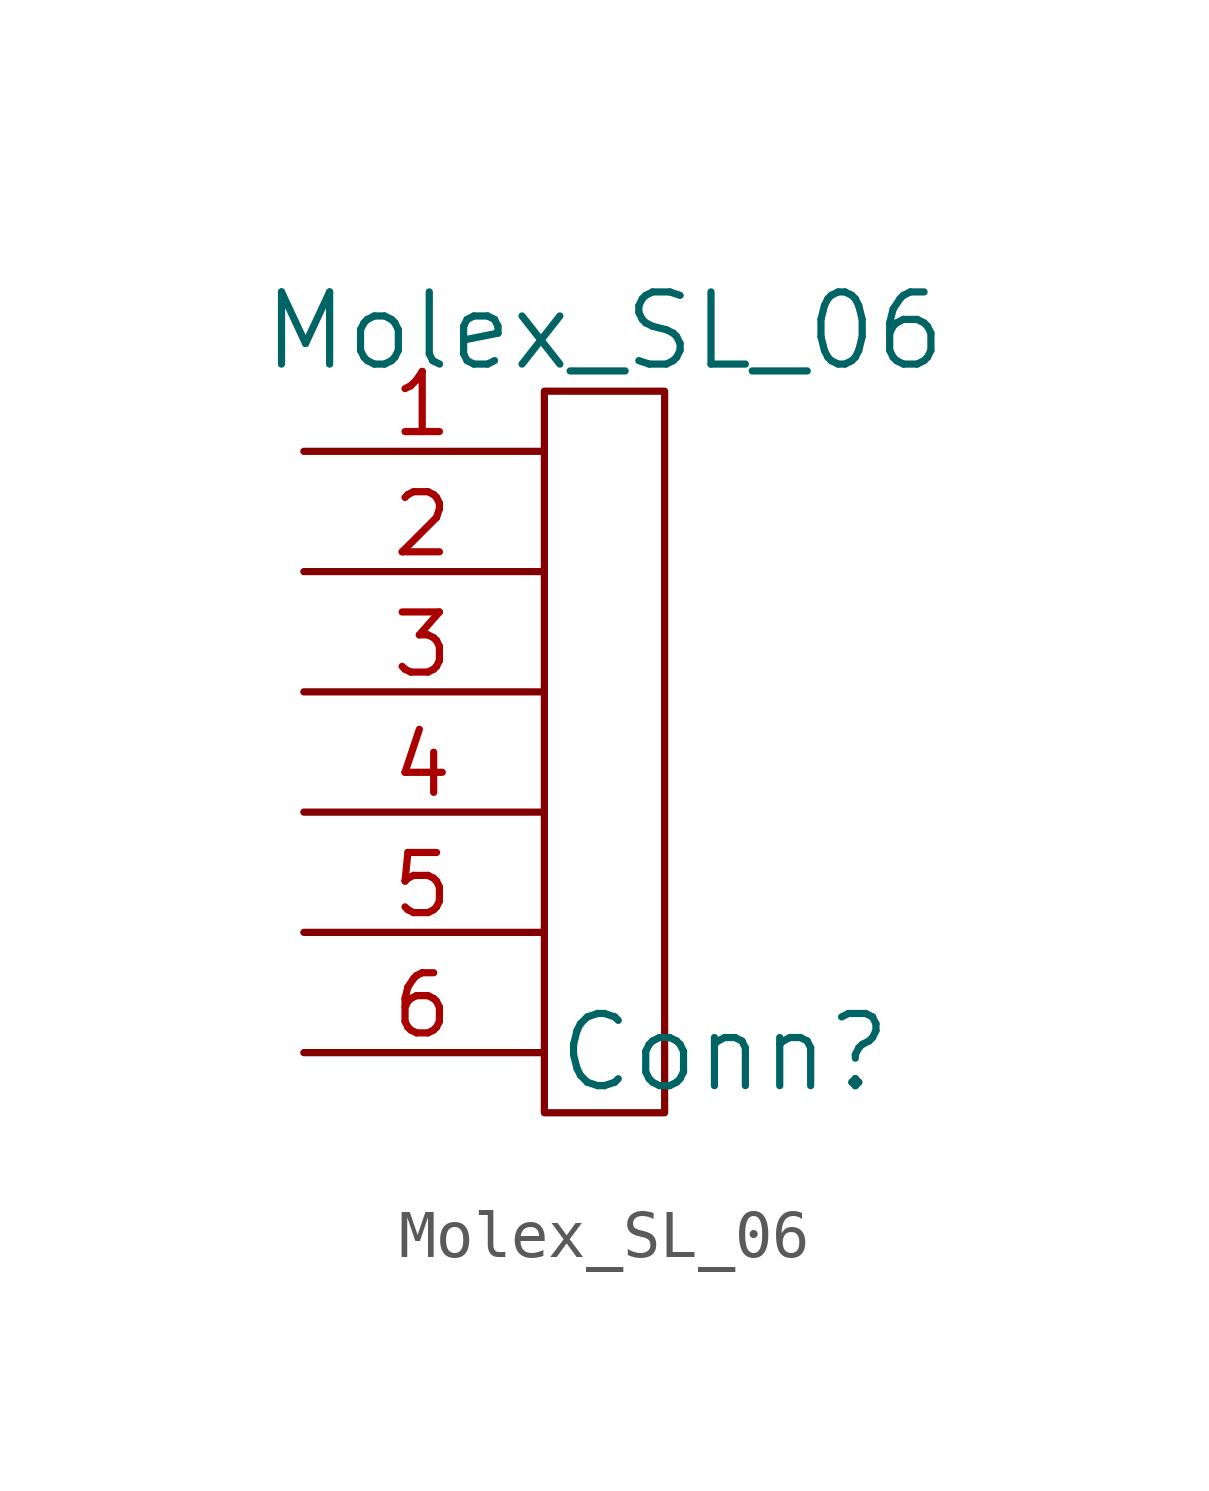
<source format=kicad_sym>
(kicad_symbol_lib
  (version 20211014)
  (generator kicad_symbol_editor)
  (symbol "Molex_SL_06"
    (pin_names
      (offset 1.016))
    (property "Reference" "Conn"
      (at 3.81 -1.27 0)
      (effects (font (size 1.524 1.524))))
    (property "Value" "Molex_SL_06"
      (at 1.27 13.97 0)
      (effects (font (size 1.524 1.524))))
    (symbol "Molex_SL_06_0_1"
      (rectangle (start 0 12.7) (end 2.54 -2.54) (stroke (width 0) (type default) (color 0 0 0 0)) (fill (type none))))
    (symbol "Molex_SL_06_1_1"
      (pin passive line (at -5.08 11.43 0) (length 5) (name "~" (effects (font (size 1.27 1.27)))) (number "1" (effects (font (size 1.27 1.27)))))
      (pin passive line (at -5.08 8.89 0) (length 5) (name "~" (effects (font (size 1.27 1.27)))) (number "2" (effects (font (size 1.27 1.27)))))
      (pin passive line (at -5.08 6.35 0) (length 5) (name "~" (effects (font (size 1.27 1.27)))) (number "3" (effects (font (size 1.27 1.27)))))
      (pin passive line (at -5.08 3.81 0) (length 5) (name "~" (effects (font (size 1.27 1.27)))) (number "4" (effects (font (size 1.27 1.27)))))
      (pin passive line (at -5.08 1.27 0) (length 5) (name "~" (effects (font (size 1.27 1.27)))) (number "5" (effects (font (size 1.27 1.27)))))
      (pin passive line (at -5.08 -1.27 0) (length 5) (name "" (effects (font (size 1.27 1.27)))) (number "6" (effects (font (size 1.27 1.27))))))))
</source>
